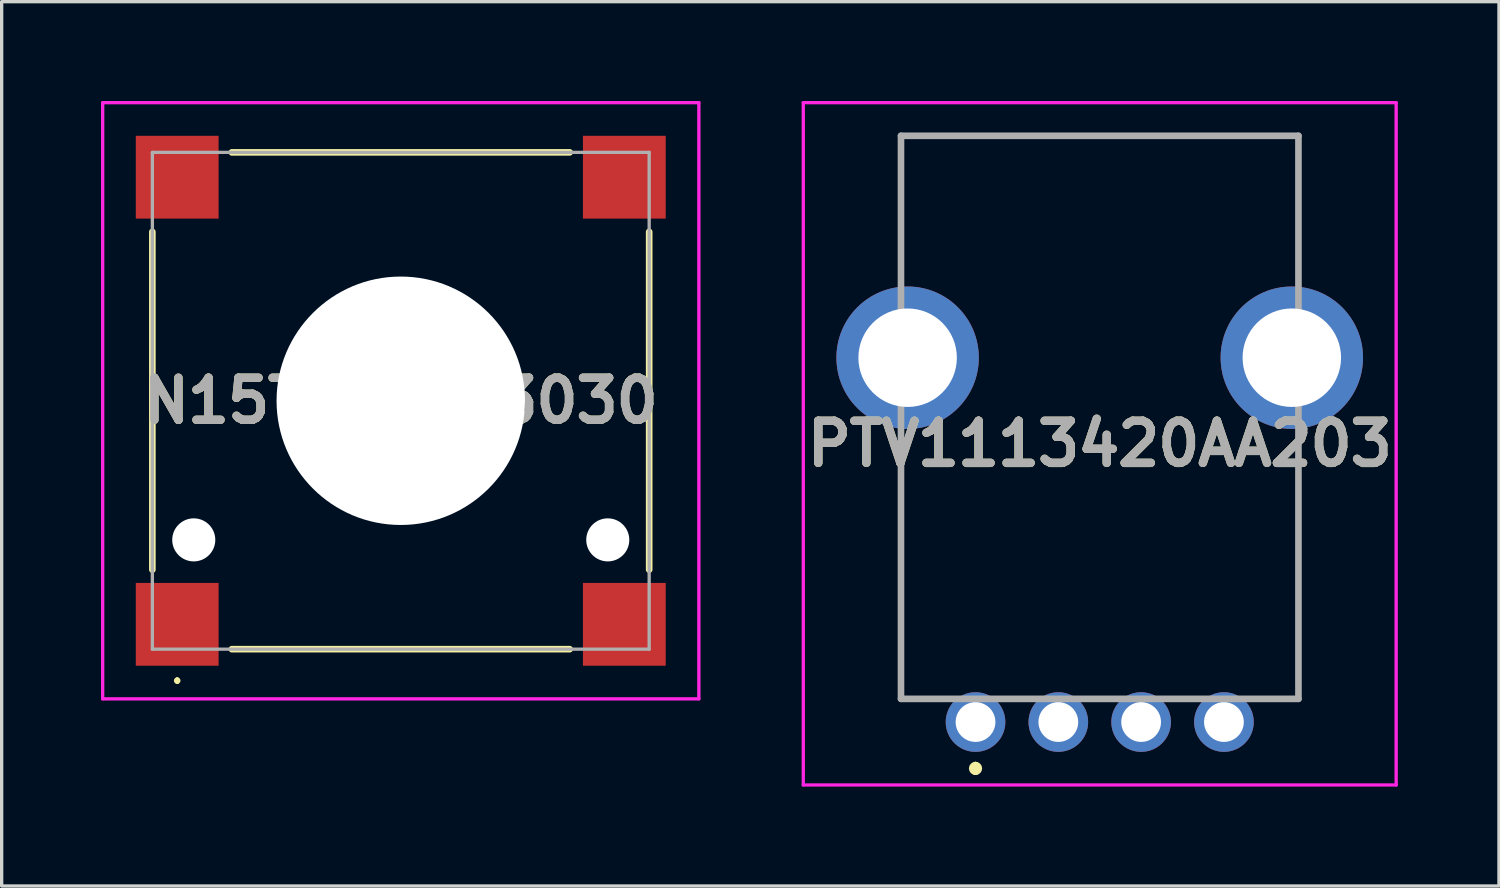
<source format=kicad_pcb>
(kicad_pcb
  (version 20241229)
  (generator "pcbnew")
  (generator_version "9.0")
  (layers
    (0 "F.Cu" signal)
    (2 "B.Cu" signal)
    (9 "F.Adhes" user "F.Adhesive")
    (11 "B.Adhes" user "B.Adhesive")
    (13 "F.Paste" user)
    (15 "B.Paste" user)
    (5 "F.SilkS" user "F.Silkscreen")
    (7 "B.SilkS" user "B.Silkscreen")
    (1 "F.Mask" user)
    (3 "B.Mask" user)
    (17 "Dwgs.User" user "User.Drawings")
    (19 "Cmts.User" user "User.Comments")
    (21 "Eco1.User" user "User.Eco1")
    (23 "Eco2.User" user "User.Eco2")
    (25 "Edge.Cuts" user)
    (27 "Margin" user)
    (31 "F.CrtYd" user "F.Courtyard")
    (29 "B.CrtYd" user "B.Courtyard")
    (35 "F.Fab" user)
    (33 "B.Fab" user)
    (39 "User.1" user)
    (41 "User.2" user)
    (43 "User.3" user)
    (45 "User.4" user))
  (footprint "N15TS103A3030"
    (layer "F.Cu")
    (at 9.05 9.05)
    (property "Reference" "N15TS103A3030" (at 0 0 0) (layer "F.SilkS") (effects (font (size 1.27 1.27) (thickness 0.254))))
    (attr through_hole)
    (fp_line (start -7.5 -5.1) (end -7.5 5.1) (stroke (width 0.2) (type solid)) (layer "F.SilkS"))
    (fp_line (start -6.75 8.4) (end -6.75 8.4) (stroke (width 0.1) (type solid)) (layer "F.SilkS"))
    (fp_line (start -6.75 8.5) (end -6.75 8.5) (stroke (width 0.1) (type solid)) (layer "F.SilkS"))
    (fp_line (start -5.1 -7.5) (end 5.1 -7.5) (stroke (width 0.2) (type solid)) (layer "F.SilkS"))
    (fp_line (start -5.1 7.5) (end 5.1 7.5) (stroke (width 0.2) (type solid)) (layer "F.SilkS"))
    (fp_line (start 7.5 -5.1) (end 7.5 5.1) (stroke (width 0.2) (type solid)) (layer "F.SilkS"))
    (fp_arc (start -6.75 8.4) (mid -6.7 8.45) (end -6.75 8.5) (stroke (width 0.1) (type solid)) (layer "F.SilkS"))
    (fp_arc (start -6.75 8.5) (mid -6.8 8.45) (end -6.75 8.4) (stroke (width 0.1) (type solid)) (layer "F.SilkS"))
    (fp_line (start -9 -9) (end 9 -9) (stroke (width 0.1) (type solid)) (layer "F.CrtYd"))
    (fp_line (start -9 9) (end -9 -9) (stroke (width 0.1) (type solid)) (layer "F.CrtYd"))
    (fp_line (start 9 -9) (end 9 9) (stroke (width 0.1) (type solid)) (layer "F.CrtYd"))
    (fp_line (start 9 9) (end -9 9) (stroke (width 0.1) (type solid)) (layer "F.CrtYd"))
    (fp_line (start -7.5 -7.5) (end 7.5 -7.5) (stroke (width 0.1) (type solid)) (layer "F.Fab"))
    (fp_line (start -7.5 7.5) (end -7.5 -7.5) (stroke (width 0.1) (type solid)) (layer "F.Fab"))
    (fp_line (start 7.5 -7.5) (end 7.5 7.5) (stroke (width 0.1) (type solid)) (layer "F.Fab"))
    (fp_line (start 7.5 7.5) (end -7.5 7.5) (stroke (width 0.1) (type solid)) (layer "F.Fab"))
    (fp_text user "${REFERENCE}" (at 0 0 0) (layer "F.Fab") (effects (font (size 1.27 1.27) (thickness 0.254))))
    (pad "" np_thru_hole circle (at -6.25 4.2) (size 1.3 1.3) (drill 1.3) (layers "*.Cu" "*.Mask"))
    (pad "" np_thru_hole circle (at 0 0) (size 7.5 7.5) (drill 7.5) (layers "*.Cu" "*.Mask"))
    (pad "" np_thru_hole circle (at 6.25 4.2) (size 1.3 1.3) (drill 1.3) (layers "*.Cu" "*.Mask"))
    (pad "A1" smd rect (at -6.75 6.75 90) (size 2.5 2.5) (layers "F.Cu" "F.Mask" "F.Paste"))
    (pad "D1" smd rect (at 6.75 -6.75 90) (size 2.5 2.5) (layers "F.Cu" "F.Mask" "F.Paste"))
    (pad "E1" smd rect (at 6.75 6.75 90) (size 2.5 2.5) (layers "F.Cu" "F.Mask" "F.Paste"))
    (pad "S1" smd rect (at -6.75 -6.75 90) (size 2.5 2.5) (layers "F.Cu" "F.Mask" "F.Paste")))
  (footprint "PTV1113420AA203"
    (layer "F.Cu")
    (at 26.403 18.75)
    (property "Reference" "PTV1113420AA203" (at 3.75 -8.4 0) (layer "F.SilkS") (effects (font (size 1.27 1.27) (thickness 0.254))))
    (attr through_hole)
    (fp_line (start -2.25 -17.7) (end 9.75 -17.7) (stroke (width 0.1) (type solid)) (layer "F.SilkS"))
    (fp_line (start -2.25 -13.7) (end -2.25 -17.7) (stroke (width 0.1) (type solid)) (layer "F.SilkS"))
    (fp_line (start -2.25 -8.2) (end -2.25 -0.7) (stroke (width 0.1) (type solid)) (layer "F.SilkS"))
    (fp_line (start -2.25 -0.7) (end -1.25 -0.7) (stroke (width 0.1) (type solid)) (layer "F.SilkS"))
    (fp_line (start 0 1.3) (end 0 1.3) (stroke (width 0.2) (type solid)) (layer "F.SilkS"))
    (fp_line (start 0 1.5) (end 0 1.5) (stroke (width 0.2) (type solid)) (layer "F.SilkS"))
    (fp_line (start 9.75 -17.7) (end 9.75 -13.7) (stroke (width 0.1) (type solid)) (layer "F.SilkS"))
    (fp_line (start 9.75 -8.2) (end 9.75 -0.7) (stroke (width 0.1) (type solid)) (layer "F.SilkS"))
    (fp_line (start 9.75 -0.7) (end 8.75 -0.7) (stroke (width 0.1) (type solid)) (layer "F.SilkS"))
    (fp_arc (start 0 1.3) (mid 0.1 1.4) (end 0 1.5) (stroke (width 0.2) (type solid)) (layer "F.SilkS"))
    (fp_arc (start 0 1.5) (mid -0.1 1.4) (end 0 1.3) (stroke (width 0.2) (type solid)) (layer "F.SilkS"))
    (fp_line (start -5.2 -18.7) (end 12.7 -18.7) (stroke (width 0.1) (type solid)) (layer "F.CrtYd"))
    (fp_line (start -5.2 1.9) (end -5.2 -18.7) (stroke (width 0.1) (type solid)) (layer "F.CrtYd"))
    (fp_line (start 12.7 -18.7) (end 12.7 1.9) (stroke (width 0.1) (type solid)) (layer "F.CrtYd"))
    (fp_line (start 12.7 1.9) (end -5.2 1.9) (stroke (width 0.1) (type solid)) (layer "F.CrtYd"))
    (fp_line (start -2.25 -17.7) (end 9.75 -17.7) (stroke (width 0.2) (type solid)) (layer "F.Fab"))
    (fp_line (start -2.25 -0.7) (end -2.25 -17.7) (stroke (width 0.2) (type solid)) (layer "F.Fab"))
    (fp_line (start 9.75 -17.7) (end 9.75 -0.7) (stroke (width 0.2) (type solid)) (layer "F.Fab"))
    (fp_line (start 9.75 -0.7) (end -2.25 -0.7) (stroke (width 0.2) (type solid)) (layer "F.Fab"))
    (fp_text user "${REFERENCE}" (at 3.75 -8.4 0) (layer "F.Fab") (effects (font (size 1.27 1.27) (thickness 0.254))))
    (pad "1" thru_hole circle (at 0 0) (size 1.8 1.8) (drill 1.2) (layers "*.Cu" "*.Mask"))
    (pad "2" thru_hole circle (at 2.5 0) (size 1.8 1.8) (drill 1.2) (layers "*.Cu" "*.Mask"))
    (pad "3" thru_hole circle (at 5 0) (size 1.8 1.8) (drill 1.2) (layers "*.Cu" "*.Mask"))
    (pad "4" thru_hole circle (at 7.5 0) (size 1.8 1.8) (drill 1.2) (layers "*.Cu" "*.Mask"))
    (pad "MH1" thru_hole circle (at -2.05 -11) (size 4.3 4.3) (drill 2.973) (layers "*.Cu" "*.Mask"))
    (pad "MH2" thru_hole circle (at 9.55 -11) (size 4.3 4.3) (drill 2.973) (layers "*.Cu" "*.Mask")))
  (gr_rect
    (start -3 -3)
    (end 42.207 23.7)
    (stroke (width 0.1) (type default))
    (fill no)
    (layer "Edge.Cuts")))
</source>
